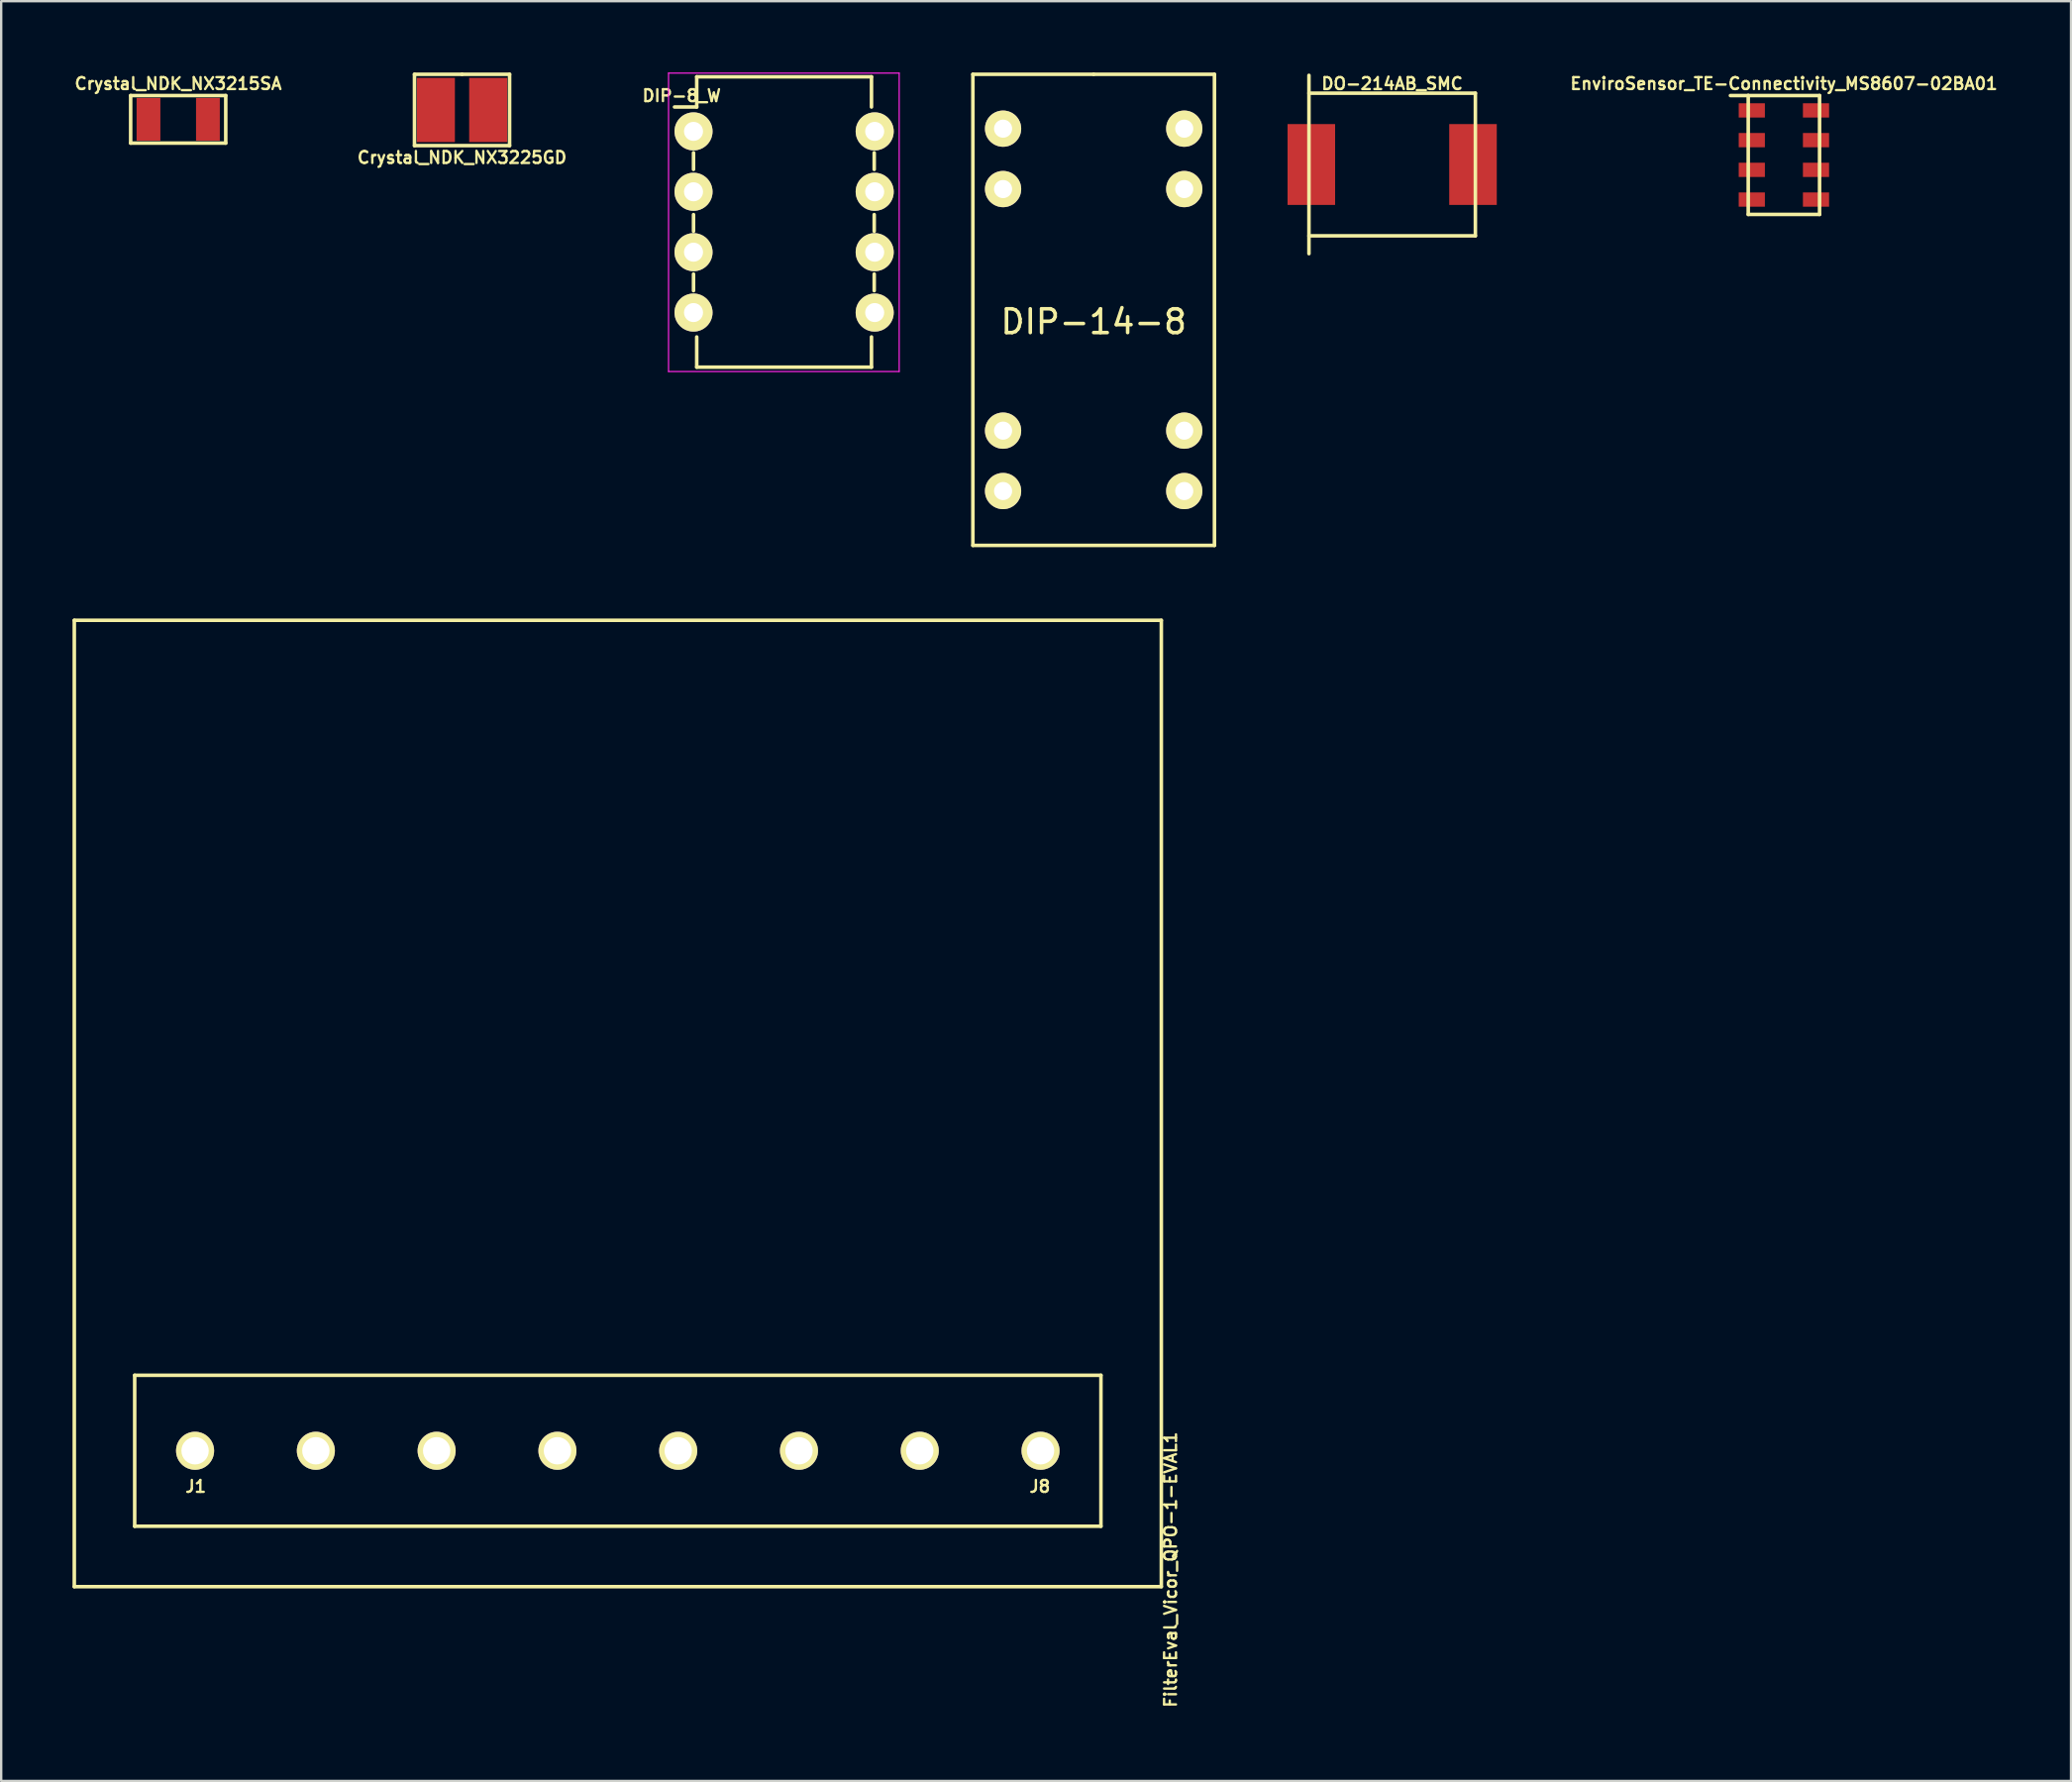
<source format=kicad_pcb>
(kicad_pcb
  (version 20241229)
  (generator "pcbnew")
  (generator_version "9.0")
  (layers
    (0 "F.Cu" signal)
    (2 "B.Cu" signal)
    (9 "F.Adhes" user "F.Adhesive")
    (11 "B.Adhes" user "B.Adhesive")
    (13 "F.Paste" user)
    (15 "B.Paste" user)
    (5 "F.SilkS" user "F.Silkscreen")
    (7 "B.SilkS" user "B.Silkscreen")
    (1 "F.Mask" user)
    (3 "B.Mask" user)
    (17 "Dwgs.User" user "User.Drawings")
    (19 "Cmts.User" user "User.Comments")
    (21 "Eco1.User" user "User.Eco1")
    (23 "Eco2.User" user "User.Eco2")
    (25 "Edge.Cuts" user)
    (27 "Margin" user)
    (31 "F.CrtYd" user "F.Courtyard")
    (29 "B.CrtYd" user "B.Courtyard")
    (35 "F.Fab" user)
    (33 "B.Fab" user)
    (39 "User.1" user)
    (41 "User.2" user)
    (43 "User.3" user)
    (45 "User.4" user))
  (footprint "FilterEval_Vicor_QPO-1-EVAL1"
    (layer "F.Cu")
    (at 22.935 57.962)
    (property "Reference" "FilterEval_Vicor_QPO-1-EVAL1" (at 23.25 5 270) (layer "F.SilkS") (effects (font (size 0.5 0.5) (thickness 0.1))))
    (attr through_hole)
    (fp_line (start -22.86 -34.925) (end -22.86 5.715) (stroke (width 0.15) (type solid)) (layer "F.SilkS"))
    (fp_line (start -22.86 -34.925) (end 22.86 -34.925) (stroke (width 0.15) (type solid)) (layer "F.SilkS"))
    (fp_line (start -22.86 5.715) (end 22.86 5.715) (stroke (width 0.15) (type solid)) (layer "F.SilkS"))
    (fp_line (start -20.32 -3.175) (end -20.32 3.175) (stroke (width 0.15) (type solid)) (layer "F.SilkS"))
    (fp_line (start -20.32 -3.175) (end 20.32 -3.175) (stroke (width 0.15) (type solid)) (layer "F.SilkS"))
    (fp_line (start -20.32 3.175) (end 20.32 3.175) (stroke (width 0.15) (type solid)) (layer "F.SilkS"))
    (fp_line (start 20.32 -3.175) (end 20.32 3.175) (stroke (width 0.15) (type solid)) (layer "F.SilkS"))
    (fp_line (start 22.86 -34.925) (end 22.86 5.715) (stroke (width 0.15) (type solid)) (layer "F.SilkS"))
    (fp_text user "J1" (at -17.75 1.5 0) (layer "F.SilkS") (effects (font (size 0.5 0.5) (thickness 0.1))))
    (fp_text user "J8" (at 17.75 1.5 0) (layer "F.SilkS") (effects (font (size 0.5 0.5) (thickness 0.1))))
    (pad "1" thru_hole circle (at -17.78 0) (size 1.6 1.6) (drill 1.15) (layers "*.Cu" "*.Mask" "F.SilkS"))
    (pad "2" thru_hole circle (at -12.7 0) (size 1.6 1.6) (drill 1.15) (layers "*.Cu" "*.Mask" "F.SilkS"))
    (pad "3" thru_hole circle (at -7.62 0) (size 1.6 1.6) (drill 1.15) (layers "*.Cu" "*.Mask" "F.SilkS"))
    (pad "4" thru_hole circle (at -2.54 0) (size 1.6 1.6) (drill 1.15) (layers "*.Cu" "*.Mask" "F.SilkS"))
    (pad "5" thru_hole circle (at 2.54 0) (size 1.6 1.6) (drill 1.15) (layers "*.Cu" "*.Mask" "F.SilkS"))
    (pad "6" thru_hole circle (at 7.62 0) (size 1.6 1.6) (drill 1.15) (layers "*.Cu" "*.Mask" "F.SilkS"))
    (pad "7" thru_hole circle (at 12.7 0) (size 1.6 1.6) (drill 1.15) (layers "*.Cu" "*.Mask" "F.SilkS"))
    (pad "8" thru_hole circle (at 17.78 0) (size 1.6 1.6) (drill 1.15) (layers "*.Cu" "*.Mask" "F.SilkS")))
  (footprint "Crystal_NDK_NX3215SA"
    (layer "F.Cu")
    (at 4.445 1.968)
    (property "Reference" "Crystal_NDK_NX3215SA" (at 0 -1.5 0) (layer "F.SilkS") (effects (font (size 0.5 0.5) (thickness 0.1))))
    (attr through_hole)
    (fp_line (start -2 1) (end -2 -1) (stroke (width 0.15) (type solid)) (layer "F.SilkS"))
    (fp_line (start 2 -1) (end -2 -1) (stroke (width 0.15) (type solid)) (layer "F.SilkS"))
    (fp_line (start 2 -1) (end 2 1) (stroke (width 0.15) (type solid)) (layer "F.SilkS"))
    (fp_line (start 2 1) (end -2 1) (stroke (width 0.15) (type solid)) (layer "F.SilkS"))
    (pad "1" smd rect (at 1.25 0) (size 1 1.8) (layers "F.Cu" "F.Mask" "F.Paste"))
    (pad "2" smd rect (at -1.25 0) (size 1 1.8) (layers "F.Cu" "F.Mask" "F.Paste")))
  (footprint "EnviroSensor_TE-Connectivity_MS8607-02BA01"
    (layer "F.Cu")
    (at 71.98 3.468)
    (property "Reference" "EnviroSensor_TE-Connectivity_MS8607-02BA01" (at 0 -3 0) (layer "F.SilkS") (effects (font (size 0.5 0.5) (thickness 0.1))))
    (attr through_hole)
    (fp_line (start -1.5 -2.5) (end -2.25 -2.5) (stroke (width 0.15) (type solid)) (layer "F.SilkS"))
    (fp_line (start -1.5 2.5) (end -1.5 -2.5) (stroke (width 0.15) (type solid)) (layer "F.SilkS"))
    (fp_line (start -1.5 2.5) (end 1.5 2.5) (stroke (width 0.15) (type solid)) (layer "F.SilkS"))
    (fp_line (start 1.5 -2.5) (end -1.5 -2.5) (stroke (width 0.15) (type solid)) (layer "F.SilkS"))
    (fp_line (start 1.5 2.5) (end 1.5 -2.5) (stroke (width 0.15) (type solid)) (layer "F.SilkS"))
    (pad "1" smd rect (at -1.35 -1.875) (size 1.1 0.6) (layers "F.Cu" "F.Mask" "F.Paste"))
    (pad "2" smd rect (at -1.35 -0.625) (size 1.1 0.6) (layers "F.Cu" "F.Mask" "F.Paste"))
    (pad "3" smd rect (at -1.35 0.625) (size 1.1 0.6) (layers "F.Cu" "F.Mask" "F.Paste"))
    (pad "4" smd rect (at -1.35 1.875) (size 1.1 0.6) (layers "F.Cu" "F.Mask" "F.Paste"))
    (pad "5" smd rect (at 1.35 1.875) (size 1.1 0.6) (layers "F.Cu" "F.Mask" "F.Paste"))
    (pad "6" smd rect (at 1.35 0.625) (size 1.1 0.6) (layers "F.Cu" "F.Mask" "F.Paste"))
    (pad "7" smd rect (at 1.35 -0.625) (size 1.1 0.6) (layers "F.Cu" "F.Mask" "F.Paste"))
    (pad "8" smd rect (at 1.35 -1.875) (size 1.1 0.6) (layers "F.Cu" "F.Mask" "F.Paste")))
  (footprint "Crystal_NDK_NX3225GD"
    (layer "F.Cu")
    (at 16.383 1.575)
    (property "Reference" "Crystal_NDK_NX3225GD" (at 0 2 0) (layer "F.SilkS") (effects (font (size 0.5 0.5) (thickness 0.1))))
    (attr through_hole)
    (fp_line (start -2 -1.5) (end 0 -1.5) (stroke (width 0.15) (type solid)) (layer "F.SilkS"))
    (fp_line (start -2 1.5) (end -2 -1.5) (stroke (width 0.15) (type solid)) (layer "F.SilkS"))
    (fp_line (start 0 -1.5) (end 2 -1.5) (stroke (width 0.15) (type solid)) (layer "F.SilkS"))
    (fp_line (start 2 -1.5) (end 2 1.5) (stroke (width 0.15) (type solid)) (layer "F.SilkS"))
    (fp_line (start 2 1.5) (end -2 1.5) (stroke (width 0.15) (type solid)) (layer "F.SilkS"))
    (pad "1" smd rect (at 1.1 0) (size 1.6 2.7) (layers "F.Cu" "F.Mask" "F.Paste"))
    (pad "2" smd rect (at -1.1 0) (size 1.6 2.7) (layers "F.Cu" "F.Mask" "F.Paste")))
  (footprint "DIP-8_W"
    (layer "F.Cu")
    (at 26.119 2.475)
    (property "Reference" "DIP-8_W" (at -0.5 -1.5 0) (layer "F.SilkS") (effects (font (size 0.5 0.5) (thickness 0.1))))
    (attr through_hole)
    (fp_line (start 0 0.9) (end 0 1.6) (stroke (width 0.15) (type solid)) (layer "F.SilkS"))
    (fp_line (start 0 3.5) (end 0 4.2) (stroke (width 0.15) (type solid)) (layer "F.SilkS"))
    (fp_line (start 0 6) (end 0 6.7) (stroke (width 0.15) (type solid)) (layer "F.SilkS"))
    (fp_line (start 0.135 -2.295) (end 0.135 -1.025) (stroke (width 0.15) (type solid)) (layer "F.SilkS"))
    (fp_line (start 0.135 -2.295) (end 7.485 -2.295) (stroke (width 0.15) (type solid)) (layer "F.SilkS"))
    (fp_line (start 0.135 -1.025) (end -0.8 -1.025) (stroke (width 0.15) (type solid)) (layer "F.SilkS"))
    (fp_line (start 0.135 9.915) (end 0.135 8.645) (stroke (width 0.15) (type solid)) (layer "F.SilkS"))
    (fp_line (start 0.135 9.915) (end 7.485 9.915) (stroke (width 0.15) (type solid)) (layer "F.SilkS"))
    (fp_line (start 7.485 -2.295) (end 7.485 -1.025) (stroke (width 0.15) (type solid)) (layer "F.SilkS"))
    (fp_line (start 7.485 9.915) (end 7.485 8.645) (stroke (width 0.15) (type solid)) (layer "F.SilkS"))
    (fp_line (start 7.6 0.9) (end 7.6 1.6) (stroke (width 0.15) (type solid)) (layer "F.SilkS"))
    (fp_line (start 7.6 3.5) (end 7.6 4.2) (stroke (width 0.15) (type solid)) (layer "F.SilkS"))
    (fp_line (start 7.6 6) (end 7.6 6.7) (stroke (width 0.15) (type solid)) (layer "F.SilkS"))
    (fp_line (start -1.05 -2.45) (end -1.05 10.1) (stroke (width 0.05) (type solid)) (layer "F.CrtYd"))
    (fp_line (start -1.05 -2.45) (end 8.65 -2.45) (stroke (width 0.05) (type solid)) (layer "F.CrtYd"))
    (fp_line (start -1.05 10.1) (end 8.65 10.1) (stroke (width 0.05) (type solid)) (layer "F.CrtYd"))
    (fp_line (start 8.65 -2.45) (end 8.65 10.1) (stroke (width 0.05) (type solid)) (layer "F.CrtYd"))
    (pad "1" thru_hole oval (at 0 0) (size 1.6 1.6) (drill 0.8) (layers "*.Cu" "*.Mask" "F.SilkS"))
    (pad "2" thru_hole oval (at 0 2.54) (size 1.6 1.6) (drill 0.8) (layers "*.Cu" "*.Mask" "F.SilkS"))
    (pad "3" thru_hole oval (at 0 5.08) (size 1.6 1.6) (drill 0.8) (layers "*.Cu" "*.Mask" "F.SilkS"))
    (pad "4" thru_hole oval (at 0 7.62) (size 1.6 1.6) (drill 0.8) (layers "*.Cu" "*.Mask" "F.SilkS"))
    (pad "5" thru_hole oval (at 7.62 7.62) (size 1.6 1.6) (drill 0.8) (layers "*.Cu" "*.Mask" "F.SilkS"))
    (pad "6" thru_hole oval (at 7.62 5.08) (size 1.6 1.6) (drill 0.8) (layers "*.Cu" "*.Mask" "F.SilkS"))
    (pad "7" thru_hole oval (at 7.62 2.54) (size 1.6 1.6) (drill 0.8) (layers "*.Cu" "*.Mask" "F.SilkS"))
    (pad "8" thru_hole oval (at 7.62 0) (size 1.6 1.6) (drill 0.8) (layers "*.Cu" "*.Mask" "F.SilkS")))
  (footprint "DIP-14-8"
    (layer "F.Cu")
    (at 42.949 9.981)
    (property "Reference" "DIP-14-8" (at 0 0.5 0) (layer "F.SilkS") (effects (font (size 1 1) (thickness 0.15))))
    (attr through_hole)
    (fp_line (start -5.08 -9.906) (end 0 -9.906) (stroke (width 0.15) (type solid)) (layer "F.SilkS"))
    (fp_line (start -5.08 9.906) (end -5.08 -9.906) (stroke (width 0.15) (type solid)) (layer "F.SilkS"))
    (fp_line (start 0 -9.906) (end 5.08 -9.906) (stroke (width 0.15) (type solid)) (layer "F.SilkS"))
    (fp_line (start 5.08 -9.906) (end 5.08 9.906) (stroke (width 0.15) (type solid)) (layer "F.SilkS"))
    (fp_line (start 5.08 9.906) (end -5.08 9.906) (stroke (width 0.15) (type solid)) (layer "F.SilkS"))
    (pad "1" thru_hole circle (at -3.81 -7.62) (size 1.524 1.524) (drill 0.762) (layers "*.Cu" "*.Mask" "F.SilkS"))
    (pad "2" thru_hole circle (at -3.81 -5.08) (size 1.524 1.524) (drill 0.762) (layers "*.Cu" "*.Mask" "F.SilkS"))
    (pad "6" thru_hole circle (at -3.81 5.08) (size 1.524 1.524) (drill 0.762) (layers "*.Cu" "*.Mask" "F.SilkS"))
    (pad "7" thru_hole circle (at -3.81 7.62) (size 1.524 1.524) (drill 0.762) (layers "*.Cu" "*.Mask" "F.SilkS"))
    (pad "8" thru_hole circle (at 3.81 7.62) (size 1.524 1.524) (drill 0.762) (layers "*.Cu" "*.Mask" "F.SilkS"))
    (pad "9" thru_hole circle (at 3.81 5.08) (size 1.524 1.524) (drill 0.762) (layers "*.Cu" "*.Mask" "F.SilkS"))
    (pad "13" thru_hole circle (at 3.81 -5.08) (size 1.524 1.524) (drill 0.762) (layers "*.Cu" "*.Mask" "F.SilkS"))
    (pad "14" thru_hole circle (at 3.81 -7.62) (size 1.524 1.524) (drill 0.762) (layers "*.Cu" "*.Mask" "F.SilkS")))
  (footprint "DO-214AB_SMC"
    (layer "F.Cu")
    (at 55.504 3.868)
    (property "Reference" "DO-214AB_SMC" (at 0 -3.4 0) (layer "F.SilkS") (effects (font (size 0.5 0.5) (thickness 0.1))))
    (attr through_hole)
    (fp_line (start -3.5 -3.75) (end -3.5 3.75) (stroke (width 0.15) (type solid)) (layer "F.SilkS"))
    (fp_line (start -3.5 3) (end 3.5 3) (stroke (width 0.15) (type solid)) (layer "F.SilkS"))
    (fp_line (start 3.5 -3) (end -3.5 -3) (stroke (width 0.15) (type solid)) (layer "F.SilkS"))
    (fp_line (start 3.5 -3) (end 3.5 3) (stroke (width 0.15) (type solid)) (layer "F.SilkS"))
    (pad "1" smd rect (at -3.4 0) (size 2 3.4) (layers "F.Cu" "F.Mask" "F.Paste"))
    (pad "2" smd rect (at 3.4 0) (size 2 3.4) (layers "F.Cu" "F.Mask" "F.Paste")))
  (gr_rect
    (start -3 -3)
    (end 84.056 71.848)
    (stroke (width 0.1) (type default))
    (fill no)
    (layer "Edge.Cuts")))
</source>
